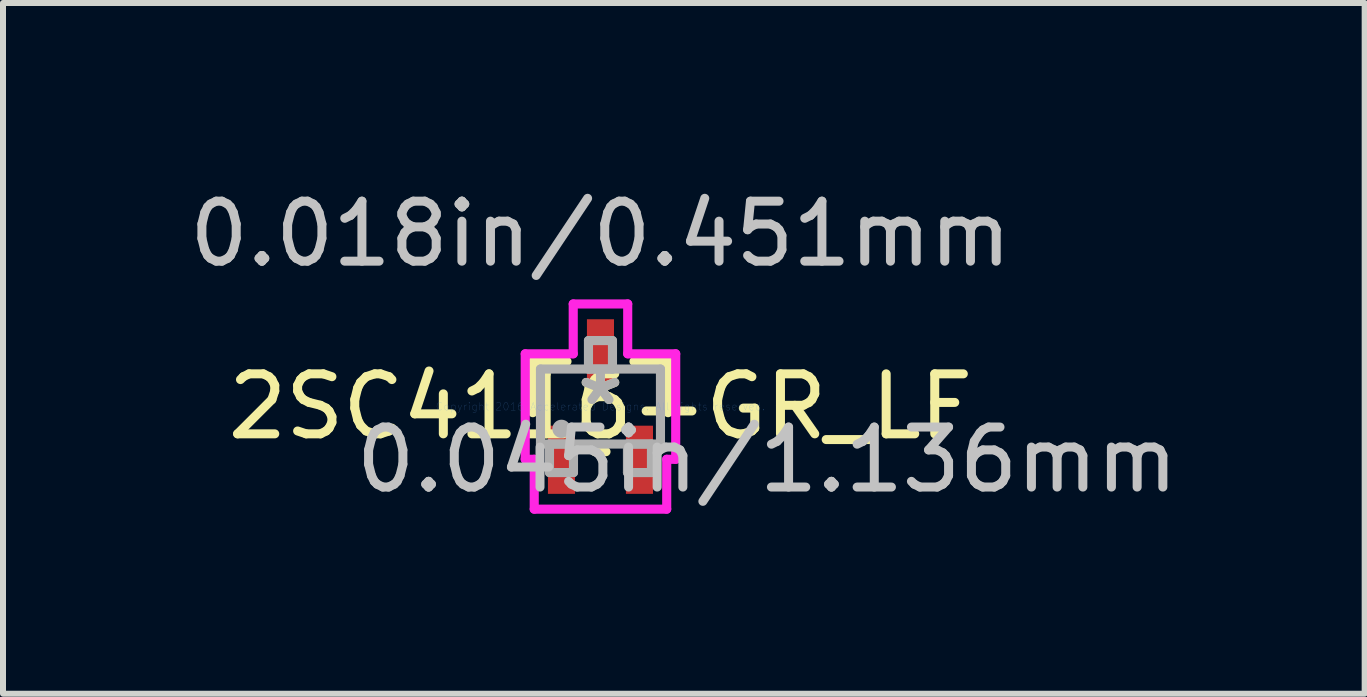
<source format=kicad_pcb>
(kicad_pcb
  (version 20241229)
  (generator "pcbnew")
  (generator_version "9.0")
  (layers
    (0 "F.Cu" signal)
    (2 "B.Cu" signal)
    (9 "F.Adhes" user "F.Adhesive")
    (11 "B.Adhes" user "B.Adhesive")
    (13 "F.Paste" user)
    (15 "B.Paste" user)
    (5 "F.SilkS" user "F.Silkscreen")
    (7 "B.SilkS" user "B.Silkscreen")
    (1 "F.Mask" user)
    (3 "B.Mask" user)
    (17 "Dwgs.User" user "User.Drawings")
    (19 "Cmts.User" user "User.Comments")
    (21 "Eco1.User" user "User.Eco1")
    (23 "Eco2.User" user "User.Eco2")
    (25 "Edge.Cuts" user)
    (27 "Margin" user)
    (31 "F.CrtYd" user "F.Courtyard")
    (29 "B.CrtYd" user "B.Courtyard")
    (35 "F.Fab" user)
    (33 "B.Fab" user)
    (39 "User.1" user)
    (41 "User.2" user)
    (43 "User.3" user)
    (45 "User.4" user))
  (footprint "2SC4116-GR_LF"
    (layer "F.Cu")
    (at 6.958 3.726)
    (property "Reference" "2SC4116-GR_LF" (at 0 0 0) (layer "F.SilkS") (effects (font (size 1 1) (thickness 0.15))))
    (attr through_hole)
    (fp_line (start -1.127 -0.752) (end -1.127 0.102) (stroke (width 0.152) (type solid)) (layer "F.SilkS"))
    (fp_line (start -0.558 -0.752) (end -1.127 -0.752) (stroke (width 0.152) (type solid)) (layer "F.SilkS"))
    (fp_line (start -0.092 0.752) (end 0.092 0.752) (stroke (width 0.152) (type solid)) (layer "F.SilkS"))
    (fp_line (start 1.127 -0.752) (end 0.558 -0.752) (stroke (width 0.152) (type solid)) (layer "F.SilkS"))
    (fp_line (start 1.127 0.102) (end 1.127 -0.752) (stroke (width 0.152) (type solid)) (layer "F.SilkS"))
    (fp_line (start -1.254 -0.879) (end -0.454 -0.879) (stroke (width 0.152) (type solid)) (layer "F.CrtYd"))
    (fp_line (start -1.254 0.879) (end -1.254 -0.879) (stroke (width 0.152) (type solid)) (layer "F.CrtYd"))
    (fp_line (start -1.104 0.879) (end -1.254 0.879) (stroke (width 0.152) (type solid)) (layer "F.CrtYd"))
    (fp_line (start -1.104 1.71) (end -1.104 0.879) (stroke (width 0.152) (type solid)) (layer "F.CrtYd"))
    (fp_line (start -0.454 -1.71) (end 0.454 -1.71) (stroke (width 0.152) (type solid)) (layer "F.CrtYd"))
    (fp_line (start -0.454 -0.879) (end -0.454 -1.71) (stroke (width 0.152) (type solid)) (layer "F.CrtYd"))
    (fp_line (start 0.454 -1.71) (end 0.454 -0.879) (stroke (width 0.152) (type solid)) (layer "F.CrtYd"))
    (fp_line (start 0.454 -0.879) (end 1.254 -0.879) (stroke (width 0.152) (type solid)) (layer "F.CrtYd"))
    (fp_line (start 1.104 0.879) (end 1.104 1.71) (stroke (width 0.152) (type solid)) (layer "F.CrtYd"))
    (fp_line (start 1.104 1.71) (end -1.104 1.71) (stroke (width 0.152) (type solid)) (layer "F.CrtYd"))
    (fp_line (start 1.254 -0.879) (end 1.254 0.879) (stroke (width 0.152) (type solid)) (layer "F.CrtYd"))
    (fp_line (start 1.254 0.879) (end 1.104 0.879) (stroke (width 0.152) (type solid)) (layer "F.CrtYd"))
    (fp_line (start -1 -0.625) (end -1 0.625) (stroke (width 0.152) (type solid)) (layer "F.Fab"))
    (fp_line (start -1 0.625) (end 1 0.625) (stroke (width 0.152) (type solid)) (layer "F.Fab"))
    (fp_line (start -0.85 0.625) (end -0.85 1.1) (stroke (width 0.152) (type solid)) (layer "F.Fab"))
    (fp_line (start -0.85 1.1) (end -0.45 1.1) (stroke (width 0.152) (type solid)) (layer "F.Fab"))
    (fp_line (start -0.45 0.625) (end -0.85 0.625) (stroke (width 0.152) (type solid)) (layer "F.Fab"))
    (fp_line (start -0.45 1.1) (end -0.45 0.625) (stroke (width 0.152) (type solid)) (layer "F.Fab"))
    (fp_line (start -0.2 -1.1) (end -0.2 -0.625) (stroke (width 0.152) (type solid)) (layer "F.Fab"))
    (fp_line (start -0.2 -0.625) (end 0.2 -0.625) (stroke (width 0.152) (type solid)) (layer "F.Fab"))
    (fp_line (start 0.2 -1.1) (end -0.2 -1.1) (stroke (width 0.152) (type solid)) (layer "F.Fab"))
    (fp_line (start 0.2 -0.625) (end 0.2 -1.1) (stroke (width 0.152) (type solid)) (layer "F.Fab"))
    (fp_line (start 0.45 0.625) (end 0.45 1.1) (stroke (width 0.152) (type solid)) (layer "F.Fab"))
    (fp_line (start 0.45 1.1) (end 0.85 1.1) (stroke (width 0.152) (type solid)) (layer "F.Fab"))
    (fp_line (start 0.85 0.625) (end 0.45 0.625) (stroke (width 0.152) (type solid)) (layer "F.Fab"))
    (fp_line (start 0.85 1.1) (end 0.85 0.625) (stroke (width 0.152) (type solid)) (layer "F.Fab"))
    (fp_line (start 1 -0.625) (end -1 -0.625) (stroke (width 0.152) (type solid)) (layer "F.Fab"))
    (fp_line (start 1 0.625) (end 1 -0.625) (stroke (width 0.152) (type solid)) (layer "F.Fab"))
    (fp_circle (center -0.65 0.371) (end -0.65 0.371) (stroke (width 0.152) (type solid)) (fill no) (layer "F.Fab"))
    (fp_text user "*" (at 0 0 0) (layer "F.SilkS") (effects (font (size 1 1) (thickness 0.15))))
    (fp_text user "0.045in/1.136mm" (at 2.778 0.887 0) (layer "Dwgs.User") (effects (font (size 1 1) (thickness 0.15))))
    (fp_text user "0.018in/0.451mm" (at 0 -2.878 0) (layer "Dwgs.User") (effects (font (size 1 1) (thickness 0.15))))
    (fp_text user "Copyright 2016 Accelerated Designs. All rights reserved." (at 0 0 0) (layer "Cmts.User") (effects (font (size 0.127 0.127) (thickness 0.002))))
    (fp_text user "*" (at 0 0 0) (layer "F.Fab") (effects (font (size 1 1) (thickness 0.15))))
    (pad "1" smd rect (at -0.65 0.887) (size 0.451 1.136) (layers "F.Cu" "F.Mask" "F.Paste"))
    (pad "2" smd rect (at 0.65 0.887) (size 0.451 1.136) (layers "F.Cu" "F.Mask" "F.Paste"))
    (pad "3" smd rect (at 0 -0.887) (size 0.451 1.136) (layers "F.Cu" "F.Mask" "F.Paste")))
  (gr_rect
    (start -3 -3)
    (end 19.695 8.512)
    (stroke (width 0.1) (type default))
    (fill no)
    (layer "Edge.Cuts")))
</source>
